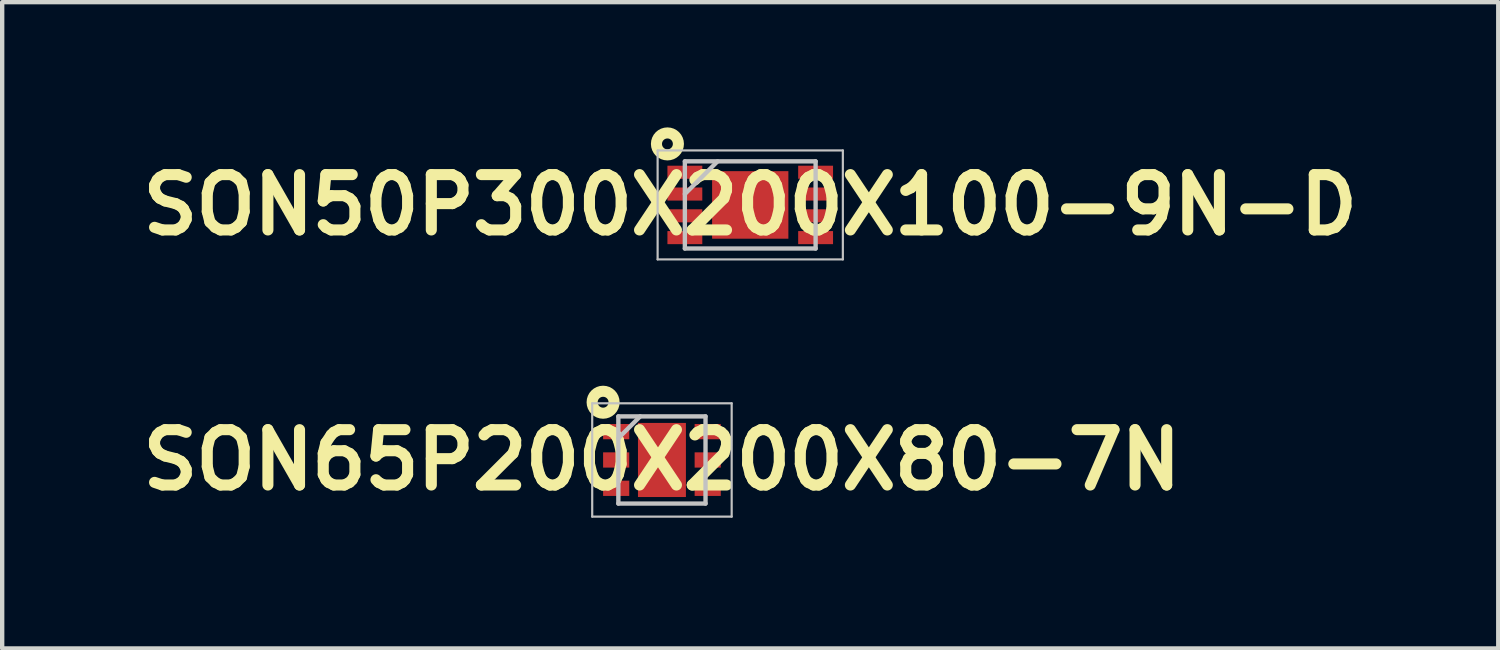
<source format=kicad_pcb>
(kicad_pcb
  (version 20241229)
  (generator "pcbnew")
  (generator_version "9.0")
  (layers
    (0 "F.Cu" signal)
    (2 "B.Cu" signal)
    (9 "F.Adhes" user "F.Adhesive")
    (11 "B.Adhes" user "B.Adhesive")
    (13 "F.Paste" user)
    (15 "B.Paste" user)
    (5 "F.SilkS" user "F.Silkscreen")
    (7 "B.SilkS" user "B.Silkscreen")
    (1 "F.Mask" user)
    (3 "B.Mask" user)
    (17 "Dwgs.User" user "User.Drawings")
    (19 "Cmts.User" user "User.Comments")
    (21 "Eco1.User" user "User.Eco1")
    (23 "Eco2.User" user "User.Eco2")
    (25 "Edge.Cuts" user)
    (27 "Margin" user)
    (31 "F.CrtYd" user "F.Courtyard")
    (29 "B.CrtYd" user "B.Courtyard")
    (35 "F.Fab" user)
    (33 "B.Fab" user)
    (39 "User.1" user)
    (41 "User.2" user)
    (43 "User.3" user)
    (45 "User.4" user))
  (footprint "SON65P200X200X80-7N"
    (layer "F.Cu")
    (at 12.138 7.504)
    (property "Reference" "SON65P200X200X80-7N" (at 0 0 0) (layer "F.SilkS") (effects (font (size 1.27 1.27) (thickness 0.254))))
    (attr smd)
    (fp_circle (center -1.35 -1.325) (end -1.225 -1.325) (stroke (width 0.254) (type solid)) (fill no) (layer "F.SilkS"))
    (fp_line (start -1.6 -1.3) (end 1.6 -1.3) (stroke (width 0.05) (type solid)) (layer "Dwgs.User"))
    (fp_line (start -1.6 1.3) (end -1.6 -1.3) (stroke (width 0.05) (type solid)) (layer "Dwgs.User"))
    (fp_line (start -1 -1) (end 1 -1) (stroke (width 0.1) (type solid)) (layer "Dwgs.User"))
    (fp_line (start -1 -0.5) (end -0.5 -1) (stroke (width 0.1) (type solid)) (layer "Dwgs.User"))
    (fp_line (start -1 1) (end -1 -1) (stroke (width 0.1) (type solid)) (layer "Dwgs.User"))
    (fp_line (start 1 -1) (end 1 1) (stroke (width 0.1) (type solid)) (layer "Dwgs.User"))
    (fp_line (start 1 1) (end -1 1) (stroke (width 0.1) (type solid)) (layer "Dwgs.User"))
    (fp_line (start 1.6 -1.3) (end 1.6 1.3) (stroke (width 0.05) (type solid)) (layer "Dwgs.User"))
    (fp_line (start 1.6 1.3) (end -1.6 1.3) (stroke (width 0.05) (type solid)) (layer "Dwgs.User"))
    (pad "1" smd rect (at -1.05 -0.65 90) (size 0.35 0.6) (layers "F.Cu" "F.Mask" "F.Paste"))
    (pad "2" smd rect (at -1.05 0 90) (size 0.35 0.6) (layers "F.Cu" "F.Mask" "F.Paste"))
    (pad "3" smd rect (at -1.05 0.65 90) (size 0.35 0.6) (layers "F.Cu" "F.Mask" "F.Paste"))
    (pad "4" smd rect (at 1.05 0.65 90) (size 0.35 0.6) (layers "F.Cu" "F.Mask" "F.Paste"))
    (pad "5" smd rect (at 1.05 0 90) (size 0.35 0.6) (layers "F.Cu" "F.Mask" "F.Paste"))
    (pad "6" smd rect (at 1.05 -0.65 90) (size 0.35 0.6) (layers "F.Cu" "F.Mask" "F.Paste"))
    (pad "7" smd rect (at 0 0) (size 1.1 1.7) (layers "F.Cu" "F.Mask" "F.Paste")))
  (footprint "SON50P300X200X100-9N-D"
    (layer "F.Cu")
    (at 14.164 1.652)
    (property "Reference" "SON50P300X200X100-9N-D" (at 0 0 0) (layer "F.SilkS") (effects (font (size 1.27 1.27) (thickness 0.254))))
    (attr smd)
    (fp_circle (center -1.9 -1.4) (end -1.775 -1.4) (stroke (width 0.254) (type solid)) (fill no) (layer "F.SilkS"))
    (fp_line (start -2.125 -1.25) (end 2.125 -1.25) (stroke (width 0.05) (type solid)) (layer "Dwgs.User"))
    (fp_line (start -2.125 1.25) (end -2.125 -1.25) (stroke (width 0.05) (type solid)) (layer "Dwgs.User"))
    (fp_line (start -1.5 -1) (end 1.5 -1) (stroke (width 0.1) (type solid)) (layer "Dwgs.User"))
    (fp_line (start -1.5 -0.25) (end -0.75 -1) (stroke (width 0.1) (type solid)) (layer "Dwgs.User"))
    (fp_line (start -1.5 1) (end -1.5 -1) (stroke (width 0.1) (type solid)) (layer "Dwgs.User"))
    (fp_line (start 1.5 -1) (end 1.5 1) (stroke (width 0.1) (type solid)) (layer "Dwgs.User"))
    (fp_line (start 1.5 1) (end -1.5 1) (stroke (width 0.1) (type solid)) (layer "Dwgs.User"))
    (fp_line (start 2.125 -1.25) (end 2.125 1.25) (stroke (width 0.05) (type solid)) (layer "Dwgs.User"))
    (fp_line (start 2.125 1.25) (end -2.125 1.25) (stroke (width 0.05) (type solid)) (layer "Dwgs.User"))
    (pad "1" smd rect (at -1.5 -0.75 90) (size 0.3 0.8) (layers "F.Cu" "F.Mask" "F.Paste"))
    (pad "2" smd rect (at -1.5 -0.25 90) (size 0.3 0.8) (layers "F.Cu" "F.Mask" "F.Paste"))
    (pad "3" smd rect (at -1.5 0.25 90) (size 0.3 0.8) (layers "F.Cu" "F.Mask" "F.Paste"))
    (pad "4" smd rect (at -1.5 0.75 90) (size 0.3 0.8) (layers "F.Cu" "F.Mask" "F.Paste"))
    (pad "5" smd rect (at 1.5 0.75 90) (size 0.3 0.8) (layers "F.Cu" "F.Mask" "F.Paste"))
    (pad "6" smd rect (at 1.5 0.25 90) (size 0.3 0.8) (layers "F.Cu" "F.Mask" "F.Paste"))
    (pad "7" smd rect (at 1.5 -0.25 90) (size 0.3 0.8) (layers "F.Cu" "F.Mask" "F.Paste"))
    (pad "8" smd rect (at 1.5 -0.75 90) (size 0.3 0.8) (layers "F.Cu" "F.Mask" "F.Paste"))
    (pad "9" smd rect (at 0 0 90) (size 1.55 1.75) (layers "F.Cu" "F.Mask" "F.Paste")))
  (gr_rect
    (start -3 -3)
    (end 31.327 11.829)
    (stroke (width 0.1) (type default))
    (fill no)
    (layer "Edge.Cuts")))
</source>
